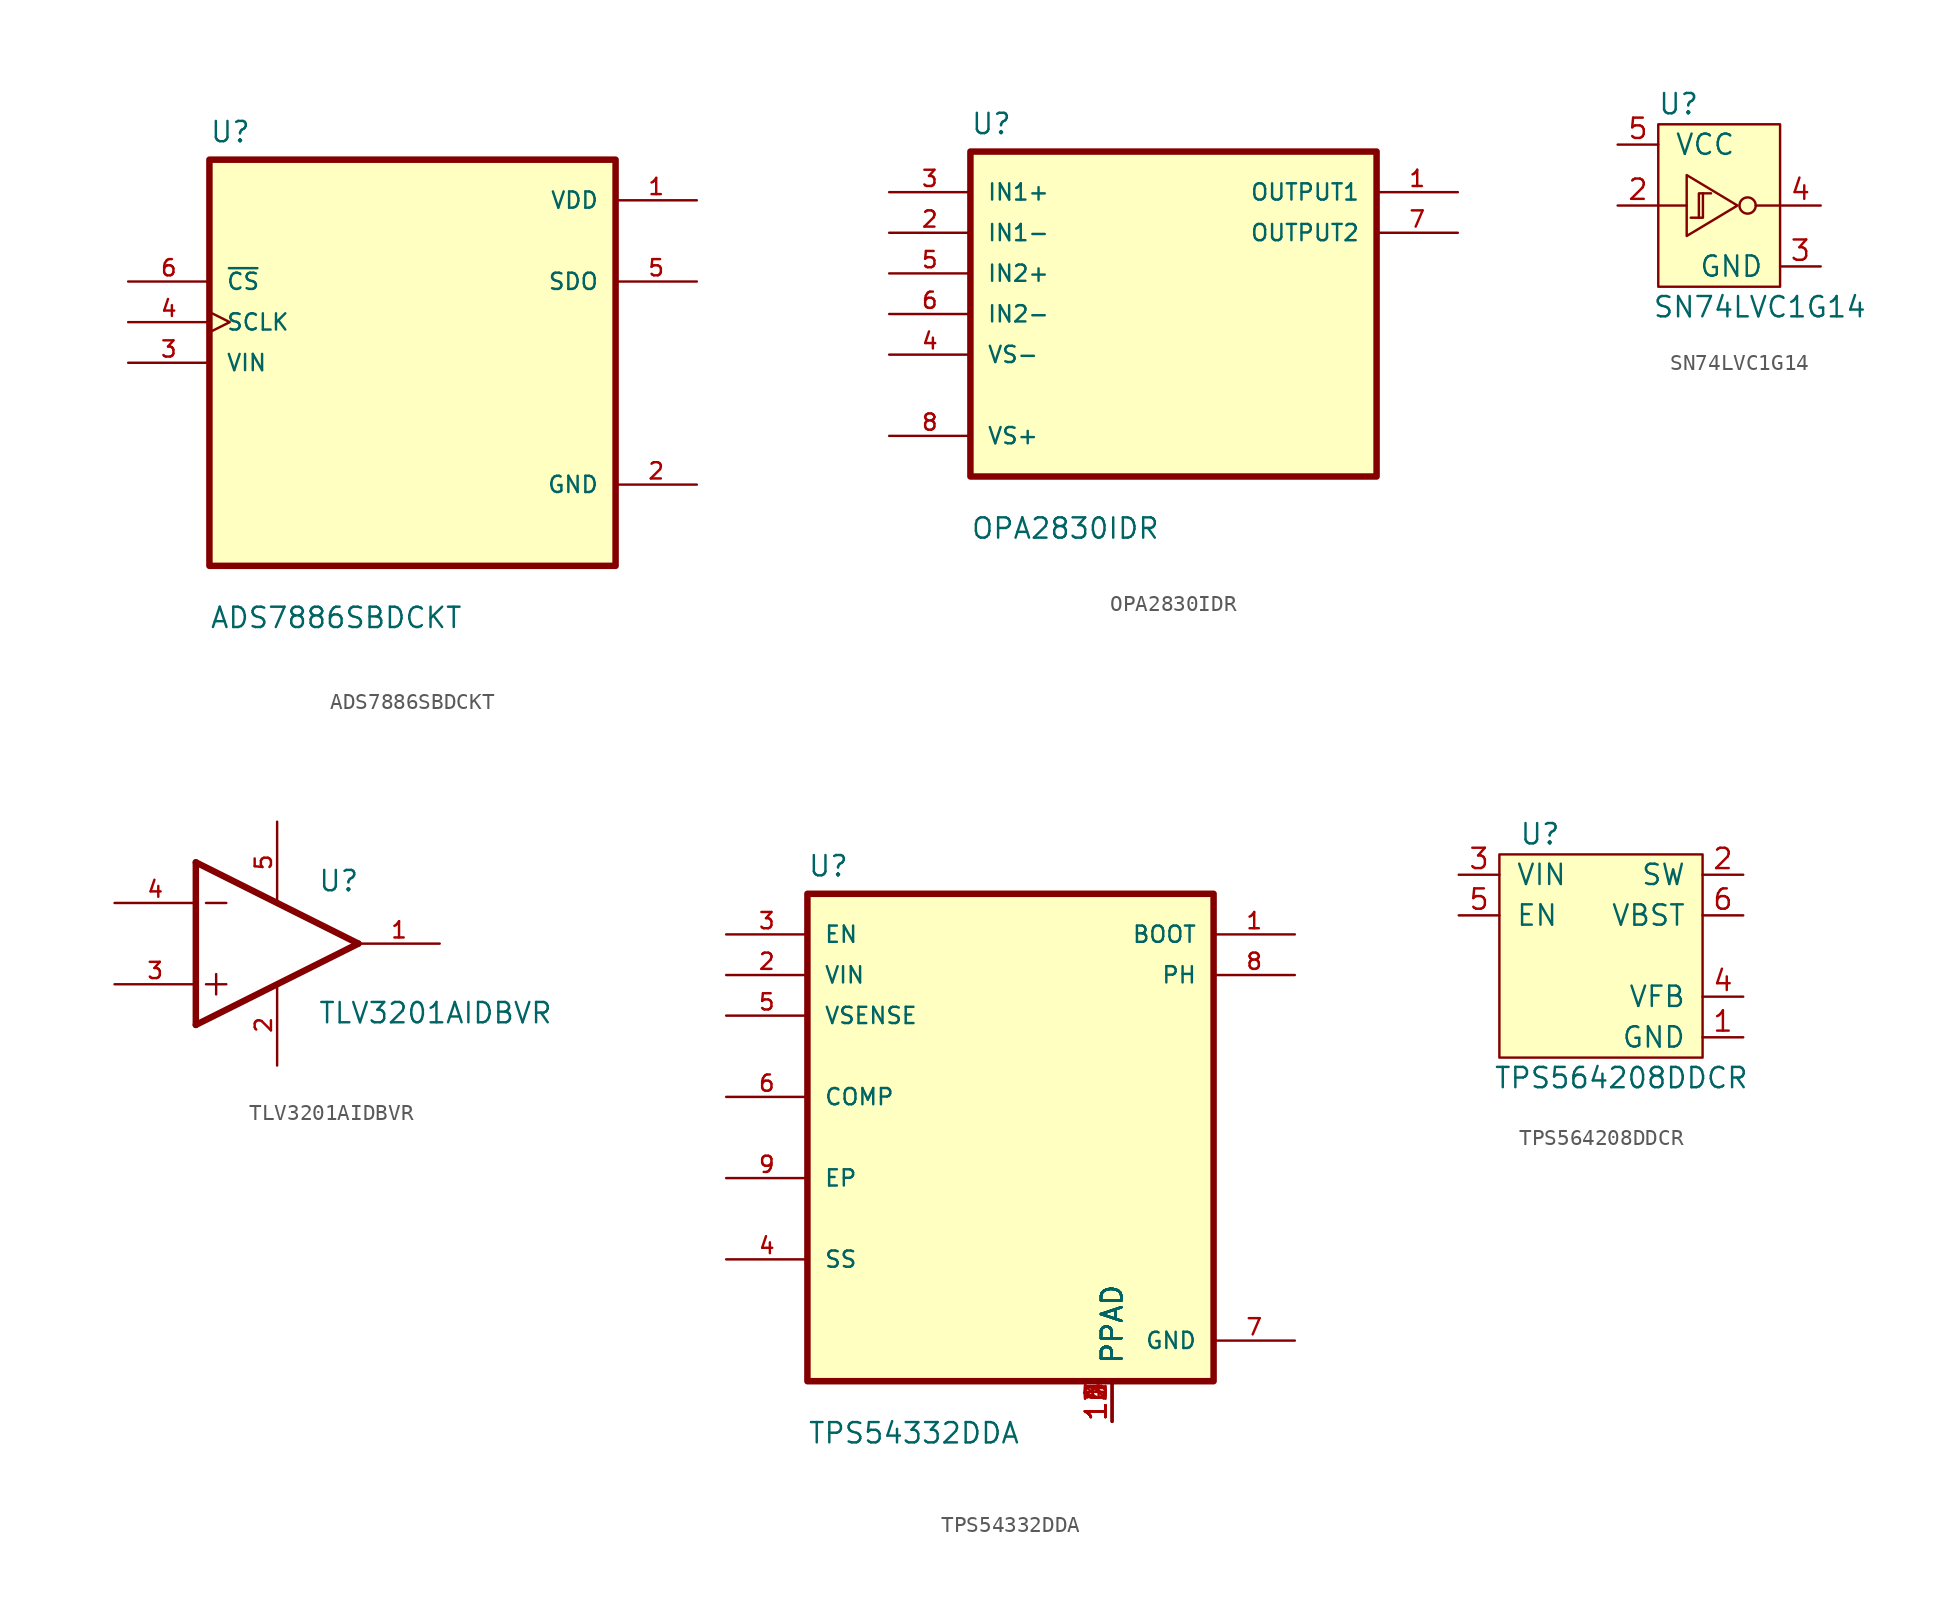
<source format=kicad_sym>
(kicad_symbol_lib
  (version 20211014)
  (generator kicad_symbol_editor)
  (symbol "ADS7886SBDCKT"
    (pin_names
      (offset 1.016))
    (property "Reference" "U"
      (at -12.7 13.691 0)
      (effects (font (size 1.27 1.27)) (justify left bottom)))
    (property "Value" "ADS7886SBDCKT"
      (at -12.7 -16.688 0)
      (effects (font (size 1.27 1.27)) (justify left bottom)))
    (symbol "ADS7886SBDCKT_0_0"
      (rectangle (start -12.7 -12.7) (end 12.7 12.7) (stroke (width 0.406) (type default) (color 0 0 0 0)) (fill (type background)))
      (pin power_in line (at 17.78 10.16 180) (length 5.08) (name "VDD" (effects (font (size 1.016 1.016)))) (number "1" (effects (font (size 1.016 1.016)))))
      (pin power_in line (at 17.78 -7.62 180) (length 5.08) (name "GND" (effects (font (size 1.016 1.016)))) (number "2" (effects (font (size 1.016 1.016)))))
      (pin input line (at -17.78 0 0) (length 5.08) (name "VIN" (effects (font (size 1.016 1.016)))) (number "3" (effects (font (size 1.016 1.016)))))
      (pin input clock (at -17.78 2.54 0) (length 5.08) (name "SCLK" (effects (font (size 1.016 1.016)))) (number "4" (effects (font (size 1.016 1.016)))))
      (pin output line (at 17.78 5.08 180) (length 5.08) (name "SDO" (effects (font (size 1.016 1.016)))) (number "5" (effects (font (size 1.016 1.016)))))
      (pin input line (at -17.78 5.08 0) (length 5.08) (name "~{CS}" (effects (font (size 1.016 1.016)))) (number "6" (effects (font (size 1.016 1.016)))))))
  (symbol "OPA2830IDR"
    (pin_names
      (offset 1.016))
    (property "Reference" "U"
      (at -12.7 11.151 0)
      (effects (font (size 1.27 1.27)) (justify left bottom)))
    (property "Value" "OPA2830IDR"
      (at -12.7 -14.148 0)
      (effects (font (size 1.27 1.27)) (justify left bottom)))
    (symbol "OPA2830IDR_0_0"
      (rectangle (start -12.7 -10.16) (end 12.7 10.16) (stroke (width 0.406) (type default) (color 0 0 0 0)) (fill (type background)))
      (pin output line (at 17.78 7.62 180) (length 5.08) (name "OUTPUT1" (effects (font (size 1.016 1.016)))) (number "1" (effects (font (size 1.016 1.016)))))
      (pin input line (at -17.78 5.08 0) (length 5.08) (name "IN1-" (effects (font (size 1.016 1.016)))) (number "2" (effects (font (size 1.016 1.016)))))
      (pin input line (at -17.78 7.62 0) (length 5.08) (name "IN1+" (effects (font (size 1.016 1.016)))) (number "3" (effects (font (size 1.016 1.016)))))
      (pin input line (at -17.78 -2.54 0) (length 5.08) (name "VS-" (effects (font (size 1.016 1.016)))) (number "4" (effects (font (size 1.016 1.016)))))
      (pin input line (at -17.78 2.54 0) (length 5.08) (name "IN2+" (effects (font (size 1.016 1.016)))) (number "5" (effects (font (size 1.016 1.016)))))
      (pin input line (at -17.78 0 0) (length 5.08) (name "IN2-" (effects (font (size 1.016 1.016)))) (number "6" (effects (font (size 1.016 1.016)))))
      (pin output line (at 17.78 5.08 180) (length 5.08) (name "OUTPUT2" (effects (font (size 1.016 1.016)))) (number "7" (effects (font (size 1.016 1.016)))))
      (pin bidirectional line (at -17.78 -7.62 0) (length 5.08) (name "VS+" (effects (font (size 1.016 1.016)))) (number "8" (effects (font (size 1.016 1.016)))))))
  (symbol "SN74LVC1G14"
    (pin_names
      (offset 1.016))
    (property "Reference" "U"
      (at -2.54 6.35 0)
      (effects (font (size 1.27 1.27))))
    (property "Value" "SN74LVC1G14"
      (at 2.54 -6.35 0)
      (effects (font (size 1.27 1.27))))
    (symbol "SN74LVC1G14_0_1"
      (rectangle (start -3.81 5.08) (end 3.81 -5.08) (stroke (width 0) (type default) (color 0 0 0 0)) (fill (type background)))
      (polyline (pts (xy -3.81 0) (xy -2.032 0)) (stroke (width 0) (type default) (color 0 0 0 0)) (fill (type none)))
      (polyline (pts (xy 2.286 0) (xy 3.81 0)) (stroke (width 0) (type default) (color 0 0 0 0)) (fill (type none)))
      (polyline (pts (xy -1.27 -0.762) (xy -1.016 -0.762) (xy -1.016 0.762)) (stroke (width 0) (type default) (color 0 0 0 0)) (fill (type none)))
      (polyline (pts (xy -2.032 1.905) (xy -2.032 -1.905) (xy 1.143 0) (xy -2.032 1.905)) (stroke (width 0) (type default) (color 0 0 0 0)) (fill (type none)))
      (polyline (pts (xy -0.508 0.762) (xy -1.27 0.762) (xy -1.27 -0.762) (xy -1.778 -0.762)) (stroke (width 0) (type default) (color 0 0 0 0)) (fill (type none)))
      (circle (center 1.778 0) (radius 0.508) (stroke (width 0) (type default) (color 0 0 0 0)) (fill (type none))))
    (symbol "SN74LVC1G14_1_1"
      (pin passive line (at -6.35 0 0) (length 2.54) (name "~" (effects (font (size 1.27 1.27)))) (number "2" (effects (font (size 1.27 1.27)))))
      (pin passive line (at 6.35 -3.81 180) (length 2.54) (name "GND" (effects (font (size 1.27 1.27)))) (number "3" (effects (font (size 1.27 1.27)))))
      (pin passive line (at 6.35 0 180) (length 2.54) (name "~" (effects (font (size 1.27 1.27)))) (number "4" (effects (font (size 1.27 1.27)))))
      (pin passive line (at -6.35 3.81 0) (length 2.54) (name "VCC" (effects (font (size 1.27 1.27)))) (number "5" (effects (font (size 1.27 1.27)))))))
  (symbol "TLV3201AIDBVR"
    (pin_names
      (offset 1.016) hide)
    (property "Reference" "U"
      (at 2.54 3.175 0)
      (effects (font (size 1.27 1.27)) (justify left bottom)))
    (property "Value" "TLV3201AIDBVR"
      (at 2.54 -5.08 0)
      (effects (font (size 1.27 1.27)) (justify left bottom)))
    (symbol "TLV3201AIDBVR_0_0"
      (polyline (pts (xy -5.08 -5.08) (xy 5.08 0)) (stroke (width 0.406) (type default) (color 0 0 0 0)) (fill (type none)))
      (polyline (pts (xy -5.08 5.08) (xy -5.08 -5.08)) (stroke (width 0.406) (type default) (color 0 0 0 0)) (fill (type none)))
      (polyline (pts (xy -4.445 -2.54) (xy -3.175 -2.54)) (stroke (width 0.152) (type default) (color 0 0 0 0)) (fill (type none)))
      (polyline (pts (xy -4.445 2.54) (xy -3.175 2.54)) (stroke (width 0.152) (type default) (color 0 0 0 0)) (fill (type none)))
      (polyline (pts (xy -3.81 -1.905) (xy -3.81 -3.175)) (stroke (width 0.152) (type default) (color 0 0 0 0)) (fill (type none)))
      (polyline (pts (xy 5.08 0) (xy -5.08 5.08)) (stroke (width 0.406) (type default) (color 0 0 0 0)) (fill (type none)))
      (pin output line (at 10.16 0 180) (length 5.08) (name "~" (effects (font (size 1.016 1.016)))) (number "1" (effects (font (size 1.016 1.016)))))
      (pin power_in line (at 0 -7.62 90) (length 5.08) (name "~" (effects (font (size 1.016 1.016)))) (number "2" (effects (font (size 1.016 1.016)))))
      (pin input line (at -10.16 -2.54 0) (length 5.08) (name "~" (effects (font (size 1.016 1.016)))) (number "3" (effects (font (size 1.016 1.016)))))
      (pin input line (at -10.16 2.54 0) (length 5.08) (name "~" (effects (font (size 1.016 1.016)))) (number "4" (effects (font (size 1.016 1.016)))))
      (pin power_in line (at 0 7.62 270) (length 5.08) (name "~" (effects (font (size 1.016 1.016)))) (number "5" (effects (font (size 1.016 1.016)))))))
  (symbol "TPS54332DDA"
    (pin_names
      (offset 1.016))
    (property "Reference" "U"
      (at -12.7 16.231 0)
      (effects (font (size 1.27 1.27)) (justify left bottom)))
    (property "Value" "TPS54332DDA"
      (at -12.7 -19.228 0)
      (effects (font (size 1.27 1.27)) (justify left bottom)))
    (symbol "TPS54332DDA_0_0"
      (rectangle (start -12.7 -15.24) (end 12.7 15.24) (stroke (width 0.406) (type default) (color 0 0 0 0)) (fill (type background)))
      (pin output line (at 17.78 12.7 180) (length 5.08) (name "BOOT" (effects (font (size 1.016 1.016)))) (number "1" (effects (font (size 1.016 1.016)))))
      (pin input line (at -17.78 10.16 0) (length 5.08) (name "VIN" (effects (font (size 1.016 1.016)))) (number "2" (effects (font (size 1.016 1.016)))))
      (pin input line (at -17.78 12.7 0) (length 5.08) (name "EN" (effects (font (size 1.016 1.016)))) (number "3" (effects (font (size 1.016 1.016)))))
      (pin bidirectional line (at -17.78 -7.62 0) (length 5.08) (name "SS" (effects (font (size 1.016 1.016)))) (number "4" (effects (font (size 1.016 1.016)))))
      (pin input line (at -17.78 7.62 0) (length 5.08) (name "VSENSE" (effects (font (size 1.016 1.016)))) (number "5" (effects (font (size 1.016 1.016)))))
      (pin bidirectional line (at -17.78 2.54 0) (length 5.08) (name "COMP" (effects (font (size 1.016 1.016)))) (number "6" (effects (font (size 1.016 1.016)))))
      (pin power_in line (at 17.78 -12.7 180) (length 5.08) (name "GND" (effects (font (size 1.016 1.016)))) (number "7" (effects (font (size 1.016 1.016)))))
      (pin output line (at 17.78 10.16 180) (length 5.08) (name "PH" (effects (font (size 1.016 1.016)))) (number "8" (effects (font (size 1.016 1.016)))))
      (pin bidirectional line (at -17.78 -2.54 0) (length 5.08) (name "EP" (effects (font (size 1.016 1.016)))) (number "9" (effects (font (size 1.016 1.016))))))
    (symbol "TPS54332DDA_1_1"
      (pin power_in line (at 6.35 -17.78 90) (length 2.54) (name "PPAD" (effects (font (size 1.27 1.27)))) (number "10" (effects (font (size 1.27 1.27)))))
      (pin power_in line (at 6.35 -17.78 90) (length 2.54) (name "PPAD" (effects (font (size 1.27 1.27)))) (number "11" (effects (font (size 1.27 1.27)))))
      (pin power_in line (at 6.35 -17.78 90) (length 2.54) (name "PPAD" (effects (font (size 1.27 1.27)))) (number "12" (effects (font (size 1.27 1.27)))))
      (pin power_in line (at 6.35 -17.78 90) (length 2.54) (name "PPAD" (effects (font (size 1.27 1.27)))) (number "13" (effects (font (size 1.27 1.27)))))
      (pin power_in line (at 6.35 -17.78 90) (length 2.54) (name "PPAD" (effects (font (size 1.27 1.27)))) (number "14" (effects (font (size 1.27 1.27)))))
      (pin power_in line (at 6.35 -17.78 90) (length 2.54) (name "PPAD" (effects (font (size 1.27 1.27)))) (number "15" (effects (font (size 1.27 1.27)))))
      (pin power_in line (at 6.35 -17.78 90) (length 2.54) (name "PPAD" (effects (font (size 1.27 1.27)))) (number "16" (effects (font (size 1.27 1.27)))))
      (pin power_in line (at 6.35 -17.78 90) (length 2.54) (name "PPAD" (effects (font (size 1.27 1.27)))) (number "17" (effects (font (size 1.27 1.27)))))))
  (symbol "TPS564208DDCR"
    (pin_names
      (offset 1.016))
    (property "Reference" "U"
      (at -3.81 6.35 0)
      (effects (font (size 1.27 1.27))))
    (property "Value" "TPS564208DDCR"
      (at 1.27 -8.89 0)
      (effects (font (size 1.27 1.27))))
    (symbol "TPS564208DDCR_0_1"
      (rectangle (start -6.35 5.08) (end 6.35 -7.62) (stroke (width 0) (type default) (color 0 0 0 0)) (fill (type background))))
    (symbol "TPS564208DDCR_1_1"
      (pin passive line (at 8.89 -6.35 180) (length 2.54) (name "GND" (effects (font (size 1.27 1.27)))) (number "1" (effects (font (size 1.27 1.27)))))
      (pin passive line (at 8.89 3.81 180) (length 2.54) (name "SW" (effects (font (size 1.27 1.27)))) (number "2" (effects (font (size 1.27 1.27)))))
      (pin passive line (at -8.89 3.81 0) (length 2.54) (name "VIN" (effects (font (size 1.27 1.27)))) (number "3" (effects (font (size 1.27 1.27)))))
      (pin passive line (at 8.89 -3.81 180) (length 2.54) (name "VFB" (effects (font (size 1.27 1.27)))) (number "4" (effects (font (size 1.27 1.27)))))
      (pin passive line (at -8.89 1.27 0) (length 2.54) (name "EN" (effects (font (size 1.27 1.27)))) (number "5" (effects (font (size 1.27 1.27)))))
      (pin passive line (at 8.89 1.27 180) (length 2.54) (name "VBST" (effects (font (size 1.27 1.27)))) (number "6" (effects (font (size 1.27 1.27))))))))
</source>
